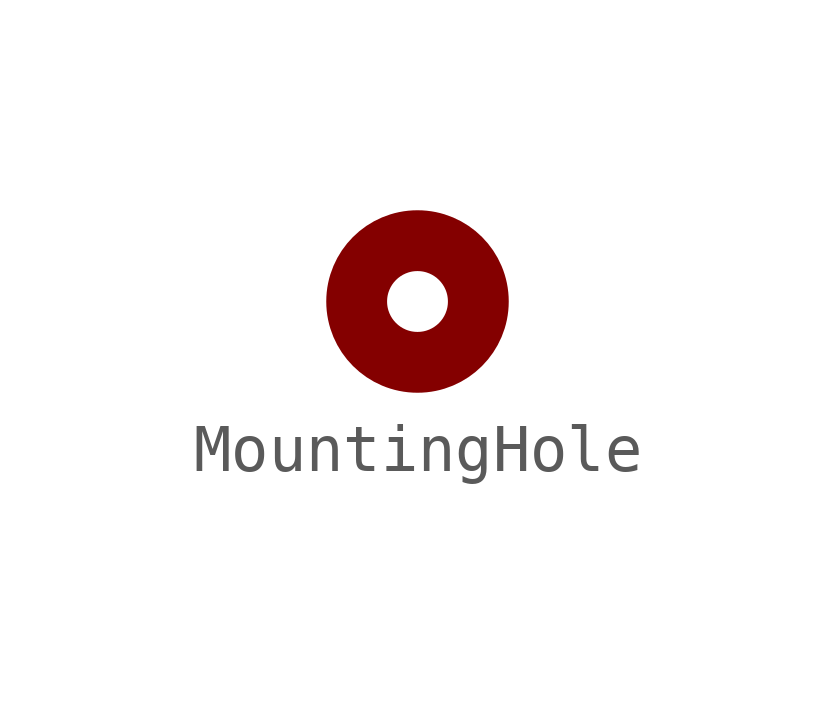
<source format=kicad_sym>
(kicad_symbol_lib
  (version 20231120)
  (generator "kicad_symbol_editor")
  (generator_version "8.0")
  (symbol "MountingHole"
    (pin_names
      (offset 1.016))
    (property "Reference" "H"
      (at 0 5.08 0)
      (effects (font (size 1.27 1.27)) (hide yes)))
    (symbol "MountingHole_0_1"
      (circle (center 0 0) (radius 1.27) (stroke (width 1.27) (type default)) (fill (type none))))))
</source>
